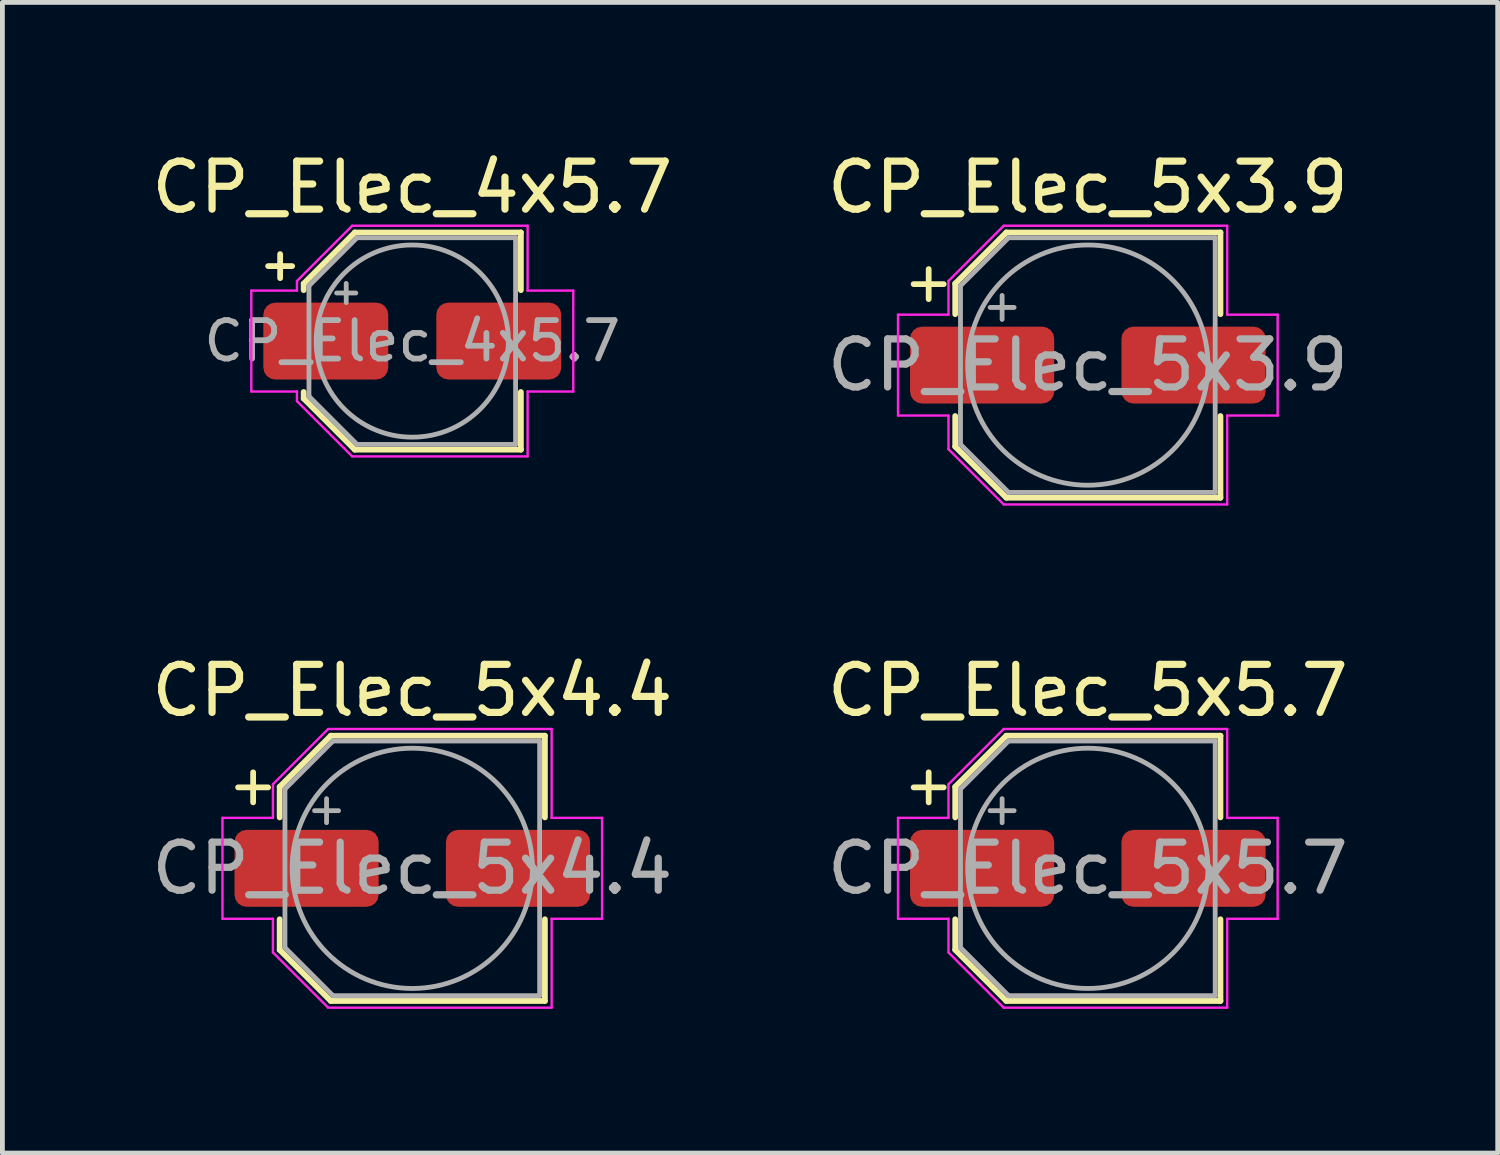
<source format=kicad_pcb>
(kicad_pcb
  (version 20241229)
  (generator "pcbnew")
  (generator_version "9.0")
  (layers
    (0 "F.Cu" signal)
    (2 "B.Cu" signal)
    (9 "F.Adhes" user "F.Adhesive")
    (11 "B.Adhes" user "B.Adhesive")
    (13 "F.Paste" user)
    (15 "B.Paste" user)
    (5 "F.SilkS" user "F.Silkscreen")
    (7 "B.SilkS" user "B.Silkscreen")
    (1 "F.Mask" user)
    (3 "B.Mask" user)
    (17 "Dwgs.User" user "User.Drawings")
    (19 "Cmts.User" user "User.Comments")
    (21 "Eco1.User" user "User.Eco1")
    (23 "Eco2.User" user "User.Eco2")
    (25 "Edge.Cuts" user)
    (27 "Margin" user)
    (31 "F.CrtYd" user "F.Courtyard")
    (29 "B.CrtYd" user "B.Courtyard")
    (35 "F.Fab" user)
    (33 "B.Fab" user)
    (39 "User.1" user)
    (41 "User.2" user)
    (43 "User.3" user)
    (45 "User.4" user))
  (footprint "CP_Elec_5x4.4"
    (layer "F.Cu")
    (at 5.53 15.021)
    (property "Reference" "CP_Elec_5x4.4" (at 0 -3.7 0) (layer "F.SilkS") (effects (font (size 1 1) (thickness 0.15))))
    (attr smd)
    (fp_line (start -3.625 -1.685) (end -3 -1.685) (stroke (width 0.12) (type solid)) (layer "F.SilkS"))
    (fp_line (start -3.312 -1.998) (end -3.312 -1.373) (stroke (width 0.12) (type solid)) (layer "F.SilkS"))
    (fp_line (start -2.76 -1.696) (end -2.76 -1.06) (stroke (width 0.12) (type solid)) (layer "F.SilkS"))
    (fp_line (start -2.76 -1.696) (end -1.696 -2.76) (stroke (width 0.12) (type solid)) (layer "F.SilkS"))
    (fp_line (start -2.76 1.696) (end -2.76 1.06) (stroke (width 0.12) (type solid)) (layer "F.SilkS"))
    (fp_line (start -2.76 1.696) (end -1.696 2.76) (stroke (width 0.12) (type solid)) (layer "F.SilkS"))
    (fp_line (start -1.696 -2.76) (end 2.76 -2.76) (stroke (width 0.12) (type solid)) (layer "F.SilkS"))
    (fp_line (start -1.696 2.76) (end 2.76 2.76) (stroke (width 0.12) (type solid)) (layer "F.SilkS"))
    (fp_line (start 2.76 -2.76) (end 2.76 -1.06) (stroke (width 0.12) (type solid)) (layer "F.SilkS"))
    (fp_line (start 2.76 2.76) (end 2.76 1.06) (stroke (width 0.12) (type solid)) (layer "F.SilkS"))
    (fp_line (start -3.95 -1.05) (end -3.95 1.05) (stroke (width 0.05) (type solid)) (layer "F.CrtYd"))
    (fp_line (start -3.95 1.05) (end -2.9 1.05) (stroke (width 0.05) (type solid)) (layer "F.CrtYd"))
    (fp_line (start -2.9 -1.75) (end -2.9 -1.05) (stroke (width 0.05) (type solid)) (layer "F.CrtYd"))
    (fp_line (start -2.9 -1.75) (end -1.75 -2.9) (stroke (width 0.05) (type solid)) (layer "F.CrtYd"))
    (fp_line (start -2.9 -1.05) (end -3.95 -1.05) (stroke (width 0.05) (type solid)) (layer "F.CrtYd"))
    (fp_line (start -2.9 1.05) (end -2.9 1.75) (stroke (width 0.05) (type solid)) (layer "F.CrtYd"))
    (fp_line (start -2.9 1.75) (end -1.75 2.9) (stroke (width 0.05) (type solid)) (layer "F.CrtYd"))
    (fp_line (start -1.75 -2.9) (end 2.9 -2.9) (stroke (width 0.05) (type solid)) (layer "F.CrtYd"))
    (fp_line (start -1.75 2.9) (end 2.9 2.9) (stroke (width 0.05) (type solid)) (layer "F.CrtYd"))
    (fp_line (start 2.9 -2.9) (end 2.9 -1.05) (stroke (width 0.05) (type solid)) (layer "F.CrtYd"))
    (fp_line (start 2.9 -1.05) (end 3.95 -1.05) (stroke (width 0.05) (type solid)) (layer "F.CrtYd"))
    (fp_line (start 2.9 1.05) (end 2.9 2.9) (stroke (width 0.05) (type solid)) (layer "F.CrtYd"))
    (fp_line (start 3.95 -1.05) (end 3.95 1.05) (stroke (width 0.05) (type solid)) (layer "F.CrtYd"))
    (fp_line (start 3.95 1.05) (end 2.9 1.05) (stroke (width 0.05) (type solid)) (layer "F.CrtYd"))
    (fp_line (start -2.65 -1.65) (end -2.65 1.65) (stroke (width 0.1) (type solid)) (layer "F.Fab"))
    (fp_line (start -2.65 -1.65) (end -1.65 -2.65) (stroke (width 0.1) (type solid)) (layer "F.Fab"))
    (fp_line (start -2.65 1.65) (end -1.65 2.65) (stroke (width 0.1) (type solid)) (layer "F.Fab"))
    (fp_line (start -2.034 -1.2) (end -1.534 -1.2) (stroke (width 0.1) (type solid)) (layer "F.Fab"))
    (fp_line (start -1.784 -1.45) (end -1.784 -0.95) (stroke (width 0.1) (type solid)) (layer "F.Fab"))
    (fp_line (start -1.65 -2.65) (end 2.65 -2.65) (stroke (width 0.1) (type solid)) (layer "F.Fab"))
    (fp_line (start -1.65 2.65) (end 2.65 2.65) (stroke (width 0.1) (type solid)) (layer "F.Fab"))
    (fp_line (start 2.65 -2.65) (end 2.65 2.65) (stroke (width 0.1) (type solid)) (layer "F.Fab"))
    (fp_circle (center 0 0) (end 2.5 0) (stroke (width 0.1) (type solid)) (fill no) (layer "F.Fab"))
    (fp_text user "${REFERENCE}" (at 0 0 0) (layer "F.Fab") (effects (font (size 1 1) (thickness 0.15))))
    (pad "1" smd roundrect (at -2.2 0) (size 3 1.6) (layers "F.Cu" "F.Mask" "F.Paste") (roundrect_rratio 0.156))
    (pad "2" smd roundrect (at 2.2 0) (size 3 1.6) (layers "F.Cu" "F.Mask" "F.Paste") (roundrect_rratio 0.156)))
  (footprint "CP_Elec_4x5.7"
    (layer "F.Cu")
    (at 5.53 4.048)
    (property "Reference" "CP_Elec_4x5.7" (at 0 -3.2 0) (layer "F.SilkS") (effects (font (size 1 1) (thickness 0.15))))
    (attr smd)
    (fp_line (start -3 -1.56) (end -2.5 -1.56) (stroke (width 0.12) (type solid)) (layer "F.SilkS"))
    (fp_line (start -2.75 -1.81) (end -2.75 -1.31) (stroke (width 0.12) (type solid)) (layer "F.SilkS"))
    (fp_line (start -2.26 -1.196) (end -2.26 -1.06) (stroke (width 0.12) (type solid)) (layer "F.SilkS"))
    (fp_line (start -2.26 -1.196) (end -1.196 -2.26) (stroke (width 0.12) (type solid)) (layer "F.SilkS"))
    (fp_line (start -2.26 1.196) (end -2.26 1.06) (stroke (width 0.12) (type solid)) (layer "F.SilkS"))
    (fp_line (start -2.26 1.196) (end -1.196 2.26) (stroke (width 0.12) (type solid)) (layer "F.SilkS"))
    (fp_line (start -1.196 -2.26) (end 2.26 -2.26) (stroke (width 0.12) (type solid)) (layer "F.SilkS"))
    (fp_line (start -1.196 2.26) (end 2.26 2.26) (stroke (width 0.12) (type solid)) (layer "F.SilkS"))
    (fp_line (start 2.26 -2.26) (end 2.26 -1.06) (stroke (width 0.12) (type solid)) (layer "F.SilkS"))
    (fp_line (start 2.26 2.26) (end 2.26 1.06) (stroke (width 0.12) (type solid)) (layer "F.SilkS"))
    (fp_line (start -3.35 -1.05) (end -3.35 1.05) (stroke (width 0.05) (type solid)) (layer "F.CrtYd"))
    (fp_line (start -3.35 1.05) (end -2.4 1.05) (stroke (width 0.05) (type solid)) (layer "F.CrtYd"))
    (fp_line (start -2.4 -1.25) (end -2.4 -1.05) (stroke (width 0.05) (type solid)) (layer "F.CrtYd"))
    (fp_line (start -2.4 -1.25) (end -1.25 -2.4) (stroke (width 0.05) (type solid)) (layer "F.CrtYd"))
    (fp_line (start -2.4 -1.05) (end -3.35 -1.05) (stroke (width 0.05) (type solid)) (layer "F.CrtYd"))
    (fp_line (start -2.4 1.05) (end -2.4 1.25) (stroke (width 0.05) (type solid)) (layer "F.CrtYd"))
    (fp_line (start -2.4 1.25) (end -1.25 2.4) (stroke (width 0.05) (type solid)) (layer "F.CrtYd"))
    (fp_line (start -1.25 -2.4) (end 2.4 -2.4) (stroke (width 0.05) (type solid)) (layer "F.CrtYd"))
    (fp_line (start -1.25 2.4) (end 2.4 2.4) (stroke (width 0.05) (type solid)) (layer "F.CrtYd"))
    (fp_line (start 2.4 -2.4) (end 2.4 -1.05) (stroke (width 0.05) (type solid)) (layer "F.CrtYd"))
    (fp_line (start 2.4 -1.05) (end 3.35 -1.05) (stroke (width 0.05) (type solid)) (layer "F.CrtYd"))
    (fp_line (start 2.4 1.05) (end 2.4 2.4) (stroke (width 0.05) (type solid)) (layer "F.CrtYd"))
    (fp_line (start 3.35 -1.05) (end 3.35 1.05) (stroke (width 0.05) (type solid)) (layer "F.CrtYd"))
    (fp_line (start 3.35 1.05) (end 2.4 1.05) (stroke (width 0.05) (type solid)) (layer "F.CrtYd"))
    (fp_line (start -2.15 -1.15) (end -2.15 1.15) (stroke (width 0.1) (type solid)) (layer "F.Fab"))
    (fp_line (start -2.15 -1.15) (end -1.15 -2.15) (stroke (width 0.1) (type solid)) (layer "F.Fab"))
    (fp_line (start -2.15 1.15) (end -1.15 2.15) (stroke (width 0.1) (type solid)) (layer "F.Fab"))
    (fp_line (start -1.575 -1) (end -1.175 -1) (stroke (width 0.1) (type solid)) (layer "F.Fab"))
    (fp_line (start -1.375 -1.2) (end -1.375 -0.8) (stroke (width 0.1) (type solid)) (layer "F.Fab"))
    (fp_line (start -1.15 -2.15) (end 2.15 -2.15) (stroke (width 0.1) (type solid)) (layer "F.Fab"))
    (fp_line (start -1.15 2.15) (end 2.15 2.15) (stroke (width 0.1) (type solid)) (layer "F.Fab"))
    (fp_line (start 2.15 -2.15) (end 2.15 2.15) (stroke (width 0.1) (type solid)) (layer "F.Fab"))
    (fp_circle (center 0 0) (end 2 0) (stroke (width 0.1) (type solid)) (fill no) (layer "F.Fab"))
    (fp_text user "${REFERENCE}" (at 0 0 0) (layer "F.Fab") (effects (font (size 0.8 0.8) (thickness 0.12))))
    (pad "1" smd roundrect (at -1.8 0) (size 2.6 1.6) (layers "F.Cu" "F.Mask" "F.Paste") (roundrect_rratio 0.156))
    (pad "2" smd roundrect (at 1.8 0) (size 2.6 1.6) (layers "F.Cu" "F.Mask" "F.Paste") (roundrect_rratio 0.156)))
  (footprint "CP_Elec_5x5.7"
    (layer "F.Cu")
    (at 19.589 15.021)
    (property "Reference" "CP_Elec_5x5.7" (at 0 -3.7 0) (layer "F.SilkS") (effects (font (size 1 1) (thickness 0.15))))
    (attr smd)
    (fp_line (start -3.625 -1.685) (end -3 -1.685) (stroke (width 0.12) (type solid)) (layer "F.SilkS"))
    (fp_line (start -3.312 -1.998) (end -3.312 -1.373) (stroke (width 0.12) (type solid)) (layer "F.SilkS"))
    (fp_line (start -2.76 -1.696) (end -2.76 -1.06) (stroke (width 0.12) (type solid)) (layer "F.SilkS"))
    (fp_line (start -2.76 -1.696) (end -1.696 -2.76) (stroke (width 0.12) (type solid)) (layer "F.SilkS"))
    (fp_line (start -2.76 1.696) (end -2.76 1.06) (stroke (width 0.12) (type solid)) (layer "F.SilkS"))
    (fp_line (start -2.76 1.696) (end -1.696 2.76) (stroke (width 0.12) (type solid)) (layer "F.SilkS"))
    (fp_line (start -1.696 -2.76) (end 2.76 -2.76) (stroke (width 0.12) (type solid)) (layer "F.SilkS"))
    (fp_line (start -1.696 2.76) (end 2.76 2.76) (stroke (width 0.12) (type solid)) (layer "F.SilkS"))
    (fp_line (start 2.76 -2.76) (end 2.76 -1.06) (stroke (width 0.12) (type solid)) (layer "F.SilkS"))
    (fp_line (start 2.76 2.76) (end 2.76 1.06) (stroke (width 0.12) (type solid)) (layer "F.SilkS"))
    (fp_line (start -3.95 -1.05) (end -3.95 1.05) (stroke (width 0.05) (type solid)) (layer "F.CrtYd"))
    (fp_line (start -3.95 1.05) (end -2.9 1.05) (stroke (width 0.05) (type solid)) (layer "F.CrtYd"))
    (fp_line (start -2.9 -1.75) (end -2.9 -1.05) (stroke (width 0.05) (type solid)) (layer "F.CrtYd"))
    (fp_line (start -2.9 -1.75) (end -1.75 -2.9) (stroke (width 0.05) (type solid)) (layer "F.CrtYd"))
    (fp_line (start -2.9 -1.05) (end -3.95 -1.05) (stroke (width 0.05) (type solid)) (layer "F.CrtYd"))
    (fp_line (start -2.9 1.05) (end -2.9 1.75) (stroke (width 0.05) (type solid)) (layer "F.CrtYd"))
    (fp_line (start -2.9 1.75) (end -1.75 2.9) (stroke (width 0.05) (type solid)) (layer "F.CrtYd"))
    (fp_line (start -1.75 -2.9) (end 2.9 -2.9) (stroke (width 0.05) (type solid)) (layer "F.CrtYd"))
    (fp_line (start -1.75 2.9) (end 2.9 2.9) (stroke (width 0.05) (type solid)) (layer "F.CrtYd"))
    (fp_line (start 2.9 -2.9) (end 2.9 -1.05) (stroke (width 0.05) (type solid)) (layer "F.CrtYd"))
    (fp_line (start 2.9 -1.05) (end 3.95 -1.05) (stroke (width 0.05) (type solid)) (layer "F.CrtYd"))
    (fp_line (start 2.9 1.05) (end 2.9 2.9) (stroke (width 0.05) (type solid)) (layer "F.CrtYd"))
    (fp_line (start 3.95 -1.05) (end 3.95 1.05) (stroke (width 0.05) (type solid)) (layer "F.CrtYd"))
    (fp_line (start 3.95 1.05) (end 2.9 1.05) (stroke (width 0.05) (type solid)) (layer "F.CrtYd"))
    (fp_line (start -2.65 -1.65) (end -2.65 1.65) (stroke (width 0.1) (type solid)) (layer "F.Fab"))
    (fp_line (start -2.65 -1.65) (end -1.65 -2.65) (stroke (width 0.1) (type solid)) (layer "F.Fab"))
    (fp_line (start -2.65 1.65) (end -1.65 2.65) (stroke (width 0.1) (type solid)) (layer "F.Fab"))
    (fp_line (start -2.034 -1.2) (end -1.534 -1.2) (stroke (width 0.1) (type solid)) (layer "F.Fab"))
    (fp_line (start -1.784 -1.45) (end -1.784 -0.95) (stroke (width 0.1) (type solid)) (layer "F.Fab"))
    (fp_line (start -1.65 -2.65) (end 2.65 -2.65) (stroke (width 0.1) (type solid)) (layer "F.Fab"))
    (fp_line (start -1.65 2.65) (end 2.65 2.65) (stroke (width 0.1) (type solid)) (layer "F.Fab"))
    (fp_line (start 2.65 -2.65) (end 2.65 2.65) (stroke (width 0.1) (type solid)) (layer "F.Fab"))
    (fp_circle (center 0 0) (end 2.5 0) (stroke (width 0.1) (type solid)) (fill no) (layer "F.Fab"))
    (fp_text user "${REFERENCE}" (at 0 0 0) (layer "F.Fab") (effects (font (size 1 1) (thickness 0.15))))
    (pad "1" smd roundrect (at -2.2 0) (size 3 1.6) (layers "F.Cu" "F.Mask" "F.Paste") (roundrect_rratio 0.156))
    (pad "2" smd roundrect (at 2.2 0) (size 3 1.6) (layers "F.Cu" "F.Mask" "F.Paste") (roundrect_rratio 0.156)))
  (footprint "CP_Elec_5x3.9"
    (layer "F.Cu")
    (at 19.589 4.548)
    (property "Reference" "CP_Elec_5x3.9" (at 0 -3.7 0) (layer "F.SilkS") (effects (font (size 1 1) (thickness 0.15))))
    (attr smd)
    (fp_line (start -3.625 -1.685) (end -3 -1.685) (stroke (width 0.12) (type solid)) (layer "F.SilkS"))
    (fp_line (start -3.312 -1.998) (end -3.312 -1.373) (stroke (width 0.12) (type solid)) (layer "F.SilkS"))
    (fp_line (start -2.76 -1.696) (end -2.76 -1.06) (stroke (width 0.12) (type solid)) (layer "F.SilkS"))
    (fp_line (start -2.76 -1.696) (end -1.696 -2.76) (stroke (width 0.12) (type solid)) (layer "F.SilkS"))
    (fp_line (start -2.76 1.696) (end -2.76 1.06) (stroke (width 0.12) (type solid)) (layer "F.SilkS"))
    (fp_line (start -2.76 1.696) (end -1.696 2.76) (stroke (width 0.12) (type solid)) (layer "F.SilkS"))
    (fp_line (start -1.696 -2.76) (end 2.76 -2.76) (stroke (width 0.12) (type solid)) (layer "F.SilkS"))
    (fp_line (start -1.696 2.76) (end 2.76 2.76) (stroke (width 0.12) (type solid)) (layer "F.SilkS"))
    (fp_line (start 2.76 -2.76) (end 2.76 -1.06) (stroke (width 0.12) (type solid)) (layer "F.SilkS"))
    (fp_line (start 2.76 2.76) (end 2.76 1.06) (stroke (width 0.12) (type solid)) (layer "F.SilkS"))
    (fp_line (start -3.95 -1.05) (end -3.95 1.05) (stroke (width 0.05) (type solid)) (layer "F.CrtYd"))
    (fp_line (start -3.95 1.05) (end -2.9 1.05) (stroke (width 0.05) (type solid)) (layer "F.CrtYd"))
    (fp_line (start -2.9 -1.75) (end -2.9 -1.05) (stroke (width 0.05) (type solid)) (layer "F.CrtYd"))
    (fp_line (start -2.9 -1.75) (end -1.75 -2.9) (stroke (width 0.05) (type solid)) (layer "F.CrtYd"))
    (fp_line (start -2.9 -1.05) (end -3.95 -1.05) (stroke (width 0.05) (type solid)) (layer "F.CrtYd"))
    (fp_line (start -2.9 1.05) (end -2.9 1.75) (stroke (width 0.05) (type solid)) (layer "F.CrtYd"))
    (fp_line (start -2.9 1.75) (end -1.75 2.9) (stroke (width 0.05) (type solid)) (layer "F.CrtYd"))
    (fp_line (start -1.75 -2.9) (end 2.9 -2.9) (stroke (width 0.05) (type solid)) (layer "F.CrtYd"))
    (fp_line (start -1.75 2.9) (end 2.9 2.9) (stroke (width 0.05) (type solid)) (layer "F.CrtYd"))
    (fp_line (start 2.9 -2.9) (end 2.9 -1.05) (stroke (width 0.05) (type solid)) (layer "F.CrtYd"))
    (fp_line (start 2.9 -1.05) (end 3.95 -1.05) (stroke (width 0.05) (type solid)) (layer "F.CrtYd"))
    (fp_line (start 2.9 1.05) (end 2.9 2.9) (stroke (width 0.05) (type solid)) (layer "F.CrtYd"))
    (fp_line (start 3.95 -1.05) (end 3.95 1.05) (stroke (width 0.05) (type solid)) (layer "F.CrtYd"))
    (fp_line (start 3.95 1.05) (end 2.9 1.05) (stroke (width 0.05) (type solid)) (layer "F.CrtYd"))
    (fp_line (start -2.65 -1.65) (end -2.65 1.65) (stroke (width 0.1) (type solid)) (layer "F.Fab"))
    (fp_line (start -2.65 -1.65) (end -1.65 -2.65) (stroke (width 0.1) (type solid)) (layer "F.Fab"))
    (fp_line (start -2.65 1.65) (end -1.65 2.65) (stroke (width 0.1) (type solid)) (layer "F.Fab"))
    (fp_line (start -2.034 -1.2) (end -1.534 -1.2) (stroke (width 0.1) (type solid)) (layer "F.Fab"))
    (fp_line (start -1.784 -1.45) (end -1.784 -0.95) (stroke (width 0.1) (type solid)) (layer "F.Fab"))
    (fp_line (start -1.65 -2.65) (end 2.65 -2.65) (stroke (width 0.1) (type solid)) (layer "F.Fab"))
    (fp_line (start -1.65 2.65) (end 2.65 2.65) (stroke (width 0.1) (type solid)) (layer "F.Fab"))
    (fp_line (start 2.65 -2.65) (end 2.65 2.65) (stroke (width 0.1) (type solid)) (layer "F.Fab"))
    (fp_circle (center 0 0) (end 2.5 0) (stroke (width 0.1) (type solid)) (fill no) (layer "F.Fab"))
    (fp_text user "${REFERENCE}" (at 0 0 0) (layer "F.Fab") (effects (font (size 1 1) (thickness 0.15))))
    (pad "1" smd roundrect (at -2.2 0) (size 3 1.6) (layers "F.Cu" "F.Mask" "F.Paste") (roundrect_rratio 0.156))
    (pad "2" smd roundrect (at 2.2 0) (size 3 1.6) (layers "F.Cu" "F.Mask" "F.Paste") (roundrect_rratio 0.156)))
  (gr_rect
    (start -3 -3)
    (end 28.119 20.947)
    (stroke (width 0.1) (type default))
    (fill no)
    (layer "Edge.Cuts")))
</source>
